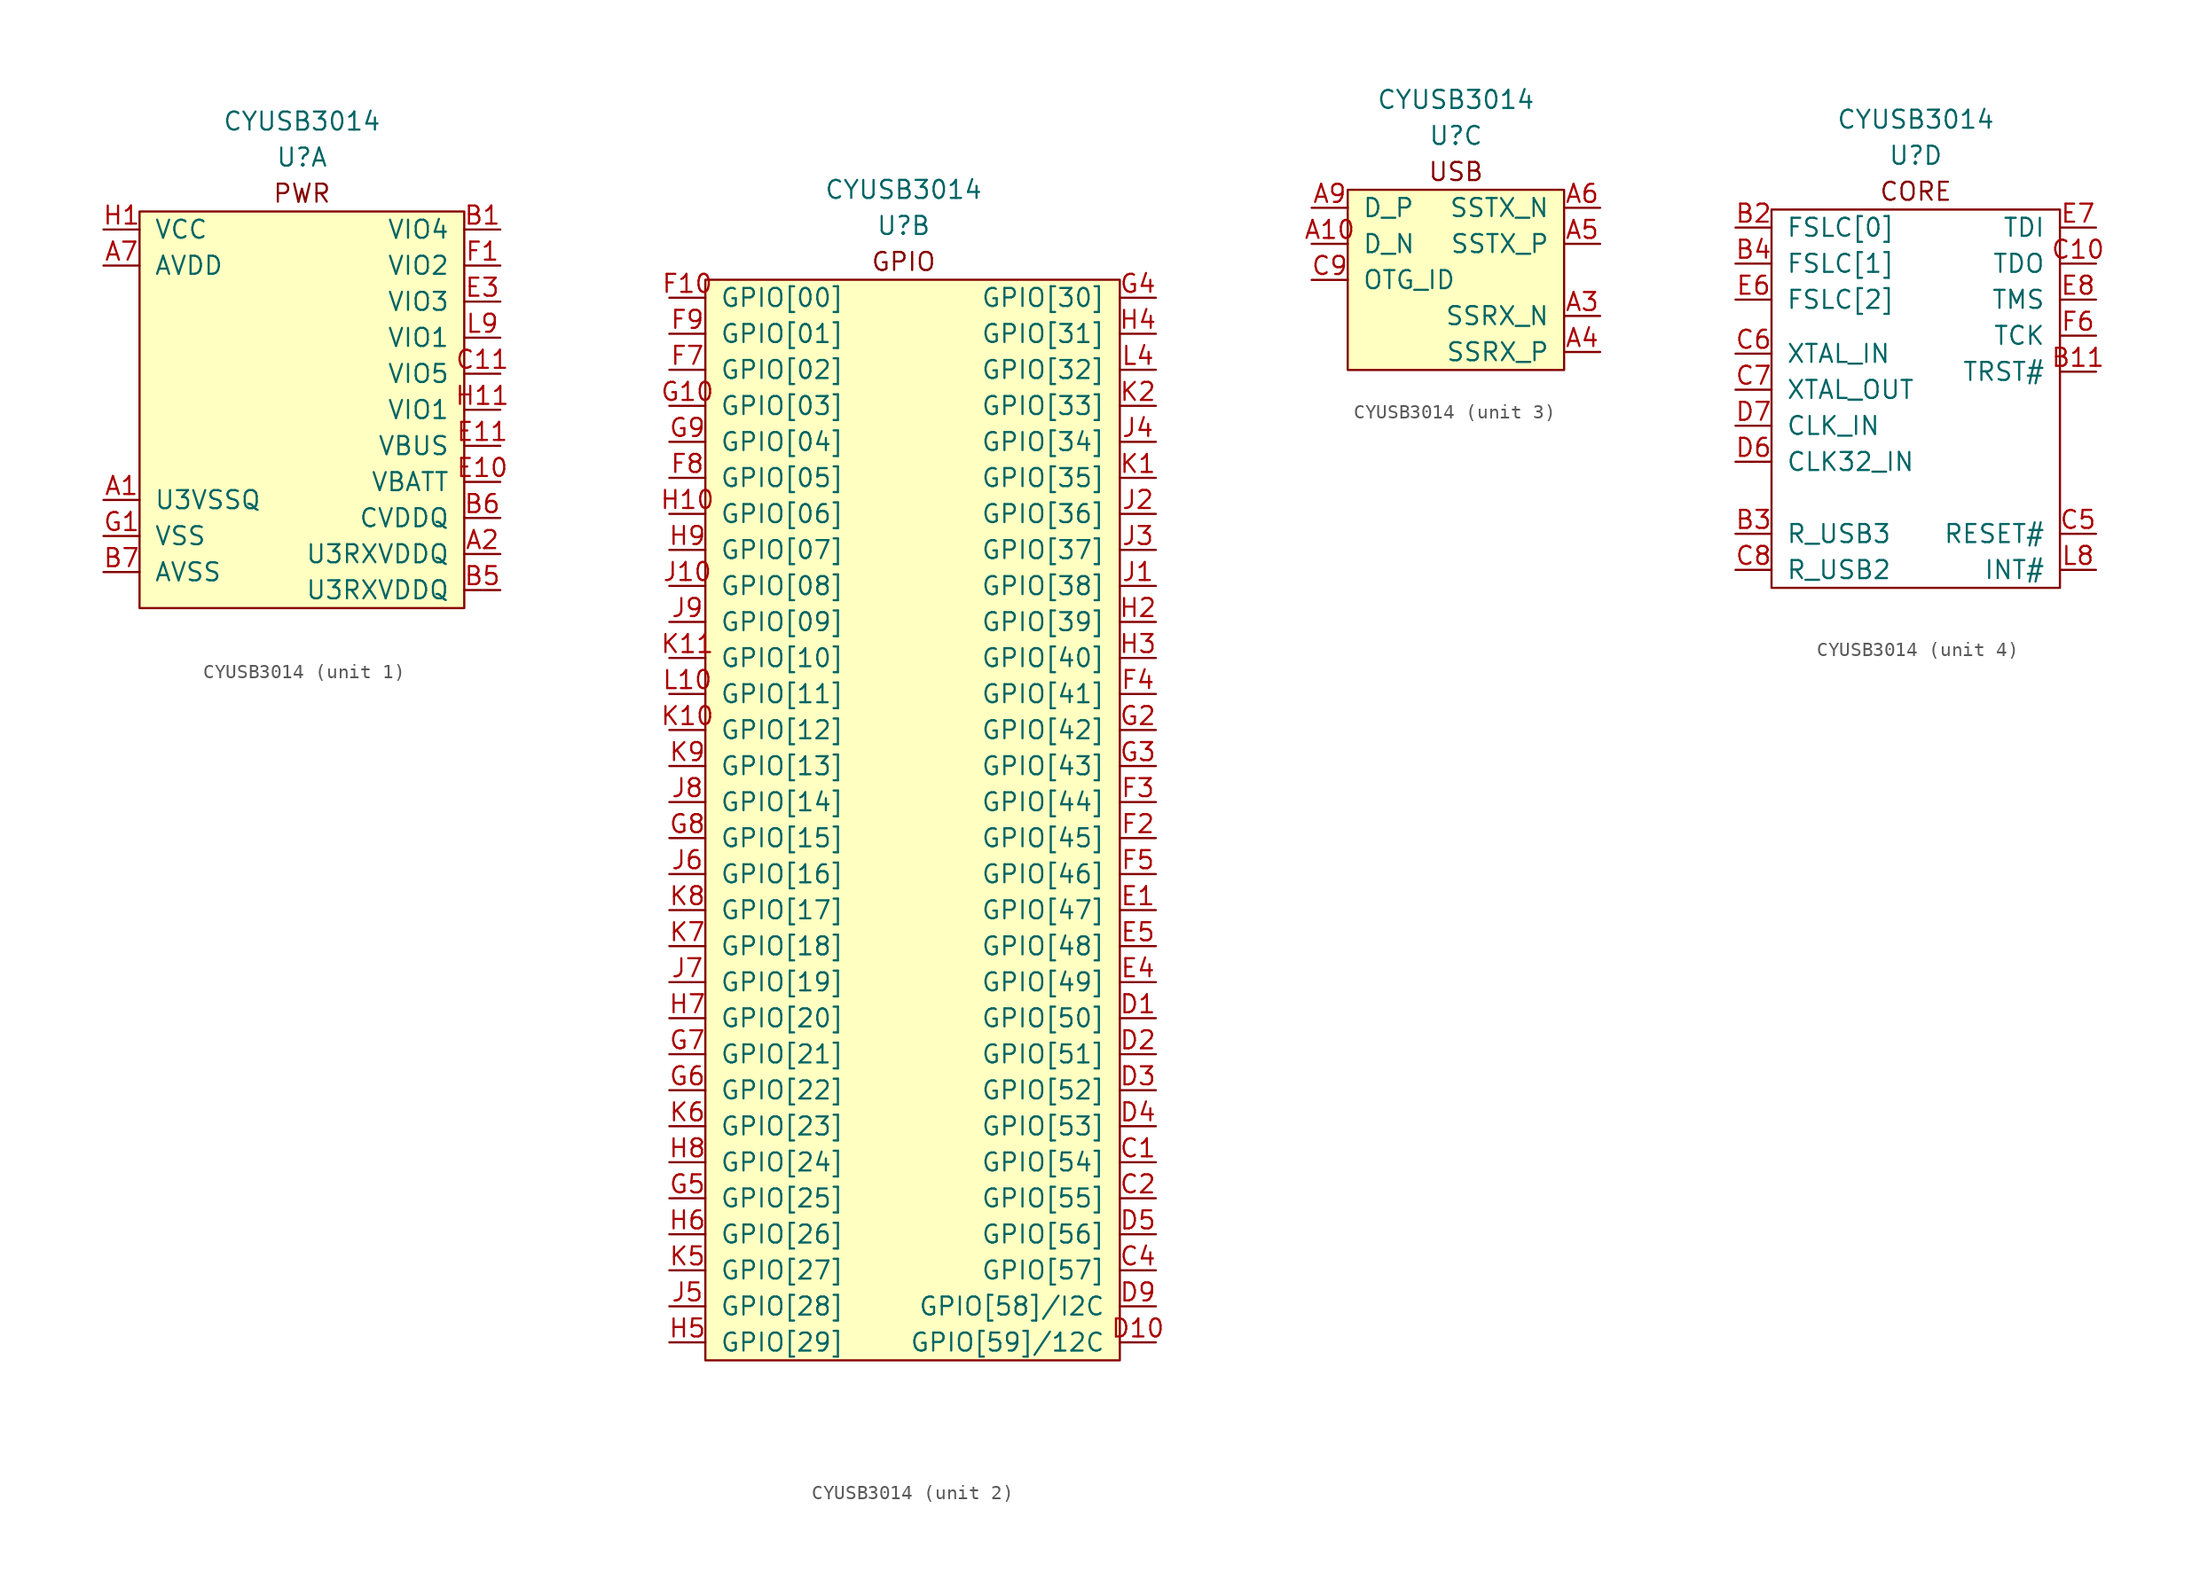
<source format=kicad_sym>
(kicad_symbol_lib
  (version 20211014)
  (generator kicad_symbol_editor)
  (symbol "CYUSB3014"
    (pin_names
      (offset 1.016))
    (property "Reference" "U"
      (at 0 17.78 0)
      (effects (font (size 1.27 1.27))))
    (property "Value" "CYUSB3014"
      (at 0 20.32 0)
      (effects (font (size 1.27 1.27))))
    (property "ki_locked" ""
      (at 0 0 0)
      (effects (font (size 1.27 1.27))))
    (symbol "CYUSB3014_1_1"
      (rectangle (start -11.43 13.97) (end 11.43 -13.97) (stroke (width 0) (type default) (color 0 0 0 0)) (fill (type background)))
      (text "PWR" (at 0 15.24 0) (effects (font (size 1.27 1.27))))
      (pin passive line (at -13.97 -6.35 0) (length 2.54) (name "U3VSSQ" (effects (font (size 1.27 1.27)))) (number "A1" (effects (font (size 1.27 1.27)))))
      (pin power_in line (at 13.97 -10.16 180) (length 2.54) (name "U3RXVDDQ" (effects (font (size 1.27 1.27)))) (number "A2" (effects (font (size 1.27 1.27)))))
      (pin power_in line (at -13.97 10.16 0) (length 2.54) (name "AVDD" (effects (font (size 1.27 1.27)))) (number "A7" (effects (font (size 1.27 1.27)))))
      (pin passive line (at -13.97 -8.89 0) (length 2.54) hide (name "VSS" (effects (font (size 1.27 1.27)))) (number "A8" (effects (font (size 1.27 1.27)))))
      (pin power_in line (at 13.97 12.7 180) (length 2.54) (name "VIO4" (effects (font (size 1.27 1.27)))) (number "B1" (effects (font (size 1.27 1.27)))))
      (pin passive line (at -13.97 12.7 0) (length 2.54) hide (name "VCC" (effects (font (size 1.27 1.27)))) (number "B10" (effects (font (size 1.27 1.27)))))
      (pin power_in line (at 13.97 -12.7 180) (length 2.54) (name "U3RXVDDQ" (effects (font (size 1.27 1.27)))) (number "B5" (effects (font (size 1.27 1.27)))))
      (pin power_in line (at 13.97 -7.62 180) (length 2.54) (name "CVDDQ" (effects (font (size 1.27 1.27)))) (number "B6" (effects (font (size 1.27 1.27)))))
      (pin passive line (at -13.97 -11.43 0) (length 2.54) (name "AVSS" (effects (font (size 1.27 1.27)))) (number "B7" (effects (font (size 1.27 1.27)))))
      (pin passive line (at -13.97 -8.89 0) (length 2.54) hide (name "VSS" (effects (font (size 1.27 1.27)))) (number "B8" (effects (font (size 1.27 1.27)))))
      (pin passive line (at -13.97 -8.89 0) (length 2.54) hide (name "VSS" (effects (font (size 1.27 1.27)))) (number "B9" (effects (font (size 1.27 1.27)))))
      (pin power_in line (at 13.97 2.54 180) (length 2.54) (name "VIO5" (effects (font (size 1.27 1.27)))) (number "C11" (effects (font (size 1.27 1.27)))))
      (pin passive line (at -13.97 12.7 0) (length 2.54) hide (name "VCC" (effects (font (size 1.27 1.27)))) (number "C3" (effects (font (size 1.27 1.27)))))
      (pin passive line (at -13.97 -8.89 0) (length 2.54) hide (name "VSS" (effects (font (size 1.27 1.27)))) (number "D8" (effects (font (size 1.27 1.27)))))
      (pin power_in line (at 13.97 -5.08 180) (length 2.54) (name "VBATT" (effects (font (size 1.27 1.27)))) (number "E10" (effects (font (size 1.27 1.27)))))
      (pin power_in line (at 13.97 -2.54 180) (length 2.54) (name "VBUS" (effects (font (size 1.27 1.27)))) (number "E11" (effects (font (size 1.27 1.27)))))
      (pin passive line (at -13.97 -8.89 0) (length 2.54) hide (name "VSS" (effects (font (size 1.27 1.27)))) (number "E2" (effects (font (size 1.27 1.27)))))
      (pin power_in line (at 13.97 7.62 180) (length 2.54) (name "VIO3" (effects (font (size 1.27 1.27)))) (number "E3" (effects (font (size 1.27 1.27)))))
      (pin passive line (at -13.97 12.7 0) (length 2.54) hide (name "VCC" (effects (font (size 1.27 1.27)))) (number "E9" (effects (font (size 1.27 1.27)))))
      (pin power_in line (at 13.97 10.16 180) (length 2.54) (name "VIO2" (effects (font (size 1.27 1.27)))) (number "F1" (effects (font (size 1.27 1.27)))))
      (pin passive line (at -13.97 12.7 0) (length 2.54) hide (name "VCC" (effects (font (size 1.27 1.27)))) (number "F11" (effects (font (size 1.27 1.27)))))
      (pin passive line (at -13.97 -8.89 0) (length 2.54) (name "VSS" (effects (font (size 1.27 1.27)))) (number "G1" (effects (font (size 1.27 1.27)))))
      (pin passive line (at -13.97 -8.89 0) (length 2.54) hide (name "VSS" (effects (font (size 1.27 1.27)))) (number "G11" (effects (font (size 1.27 1.27)))))
      (pin power_in line (at -13.97 12.7 0) (length 2.54) (name "VCC" (effects (font (size 1.27 1.27)))) (number "H1" (effects (font (size 1.27 1.27)))))
      (pin power_in line (at 13.97 0 180) (length 2.54) (name "VIO1" (effects (font (size 1.27 1.27)))) (number "H11" (effects (font (size 1.27 1.27)))))
      (pin passive line (at -13.97 12.7 0) (length 2.54) hide (name "VCC" (effects (font (size 1.27 1.27)))) (number "J11" (effects (font (size 1.27 1.27)))))
      (pin passive line (at -13.97 -8.89 0) (length 2.54) hide (name "VSS" (effects (font (size 1.27 1.27)))) (number "K3" (effects (font (size 1.27 1.27)))))
      (pin passive line (at -13.97 -8.89 0) (length 2.54) hide (name "VSS" (effects (font (size 1.27 1.27)))) (number "K4" (effects (font (size 1.27 1.27)))))
      (pin passive line (at -13.97 -8.89 0) (length 2.54) hide (name "VSS" (effects (font (size 1.27 1.27)))) (number "L1" (effects (font (size 1.27 1.27)))))
      (pin passive line (at -13.97 -8.89 0) (length 2.54) hide (name "VSS" (effects (font (size 1.27 1.27)))) (number "L11" (effects (font (size 1.27 1.27)))))
      (pin passive line (at -13.97 -8.89 0) (length 2.54) hide (name "VSS" (effects (font (size 1.27 1.27)))) (number "L2" (effects (font (size 1.27 1.27)))))
      (pin passive line (at -13.97 -8.89 0) (length 2.54) hide (name "VSS" (effects (font (size 1.27 1.27)))) (number "L3" (effects (font (size 1.27 1.27)))))
      (pin passive line (at -13.97 12.7 0) (length 2.54) hide (name "VCC" (effects (font (size 1.27 1.27)))) (number "L5" (effects (font (size 1.27 1.27)))))
      (pin passive line (at -13.97 -8.89 0) (length 2.54) hide (name "VSS" (effects (font (size 1.27 1.27)))) (number "L6" (effects (font (size 1.27 1.27)))))
      (pin passive line (at -13.97 12.7 0) (length 2.54) hide (name "VCC" (effects (font (size 1.27 1.27)))) (number "L7" (effects (font (size 1.27 1.27)))))
      (pin power_in line (at 13.97 5.08 180) (length 2.54) (name "VIO1" (effects (font (size 1.27 1.27)))) (number "L9" (effects (font (size 1.27 1.27))))))
    (symbol "CYUSB3014_2_1"
      (rectangle (start -13.97 13.97) (end 15.24 -62.23) (stroke (width 0) (type default) (color 0 0 0 0)) (fill (type background)))
      (text "GPIO" (at 0 15.24 0) (effects (font (size 1.27 1.27))))
      (pin bidirectional line (at 17.78 -48.26 180) (length 2.54) (name "GPIO[54]" (effects (font (size 1.27 1.27)))) (number "C1" (effects (font (size 1.27 1.27)))))
      (pin bidirectional line (at 17.78 -50.8 180) (length 2.54) (name "GPIO[55]" (effects (font (size 1.27 1.27)))) (number "C2" (effects (font (size 1.27 1.27)))))
      (pin bidirectional line (at 17.78 -55.88 180) (length 2.54) (name "GPIO[57]" (effects (font (size 1.27 1.27)))) (number "C4" (effects (font (size 1.27 1.27)))))
      (pin bidirectional line (at 17.78 -38.1 180) (length 2.54) (name "GPIO[50]" (effects (font (size 1.27 1.27)))) (number "D1" (effects (font (size 1.27 1.27)))))
      (pin bidirectional line (at 17.78 -60.96 180) (length 2.54) (name "GPIO[59]/12C" (effects (font (size 1.27 1.27)))) (number "D10" (effects (font (size 1.27 1.27)))))
      (pin bidirectional line (at 17.78 -40.64 180) (length 2.54) (name "GPIO[51]" (effects (font (size 1.27 1.27)))) (number "D2" (effects (font (size 1.27 1.27)))))
      (pin bidirectional line (at 17.78 -43.18 180) (length 2.54) (name "GPIO[52]" (effects (font (size 1.27 1.27)))) (number "D3" (effects (font (size 1.27 1.27)))))
      (pin bidirectional line (at 17.78 -45.72 180) (length 2.54) (name "GPIO[53]" (effects (font (size 1.27 1.27)))) (number "D4" (effects (font (size 1.27 1.27)))))
      (pin bidirectional line (at 17.78 -53.34 180) (length 2.54) (name "GPIO[56]" (effects (font (size 1.27 1.27)))) (number "D5" (effects (font (size 1.27 1.27)))))
      (pin bidirectional line (at 17.78 -58.42 180) (length 2.54) (name "GPIO[58]/I2C" (effects (font (size 1.27 1.27)))) (number "D9" (effects (font (size 1.27 1.27)))))
      (pin bidirectional line (at 17.78 -30.48 180) (length 2.54) (name "GPIO[47]" (effects (font (size 1.27 1.27)))) (number "E1" (effects (font (size 1.27 1.27)))))
      (pin bidirectional line (at 17.78 -35.56 180) (length 2.54) (name "GPIO[49]" (effects (font (size 1.27 1.27)))) (number "E4" (effects (font (size 1.27 1.27)))))
      (pin bidirectional line (at 17.78 -33.02 180) (length 2.54) (name "GPIO[48]" (effects (font (size 1.27 1.27)))) (number "E5" (effects (font (size 1.27 1.27)))))
      (pin bidirectional line (at -16.51 12.7 0) (length 2.54) (name "GPIO[00]" (effects (font (size 1.27 1.27)))) (number "F10" (effects (font (size 1.27 1.27)))))
      (pin bidirectional line (at 17.78 -25.4 180) (length 2.54) (name "GPIO[45]" (effects (font (size 1.27 1.27)))) (number "F2" (effects (font (size 1.27 1.27)))))
      (pin bidirectional line (at 17.78 -22.86 180) (length 2.54) (name "GPIO[44]" (effects (font (size 1.27 1.27)))) (number "F3" (effects (font (size 1.27 1.27)))))
      (pin bidirectional line (at 17.78 -15.24 180) (length 2.54) (name "GPIO[41]" (effects (font (size 1.27 1.27)))) (number "F4" (effects (font (size 1.27 1.27)))))
      (pin bidirectional line (at 17.78 -27.94 180) (length 2.54) (name "GPIO[46]" (effects (font (size 1.27 1.27)))) (number "F5" (effects (font (size 1.27 1.27)))))
      (pin bidirectional line (at -16.51 7.62 0) (length 2.54) (name "GPIO[02]" (effects (font (size 1.27 1.27)))) (number "F7" (effects (font (size 1.27 1.27)))))
      (pin bidirectional line (at -16.51 0 0) (length 2.54) (name "GPIO[05]" (effects (font (size 1.27 1.27)))) (number "F8" (effects (font (size 1.27 1.27)))))
      (pin bidirectional line (at -16.51 10.16 0) (length 2.54) (name "GPIO[01]" (effects (font (size 1.27 1.27)))) (number "F9" (effects (font (size 1.27 1.27)))))
      (pin bidirectional line (at -16.51 5.08 0) (length 2.54) (name "GPIO[03]" (effects (font (size 1.27 1.27)))) (number "G10" (effects (font (size 1.27 1.27)))))
      (pin bidirectional line (at 17.78 -17.78 180) (length 2.54) (name "GPIO[42]" (effects (font (size 1.27 1.27)))) (number "G2" (effects (font (size 1.27 1.27)))))
      (pin bidirectional line (at 17.78 -20.32 180) (length 2.54) (name "GPIO[43]" (effects (font (size 1.27 1.27)))) (number "G3" (effects (font (size 1.27 1.27)))))
      (pin bidirectional line (at 17.78 12.7 180) (length 2.54) (name "GPIO[30]" (effects (font (size 1.27 1.27)))) (number "G4" (effects (font (size 1.27 1.27)))))
      (pin bidirectional line (at -16.51 -50.8 0) (length 2.54) (name "GPIO[25]" (effects (font (size 1.27 1.27)))) (number "G5" (effects (font (size 1.27 1.27)))))
      (pin bidirectional line (at -16.51 -43.18 0) (length 2.54) (name "GPIO[22]" (effects (font (size 1.27 1.27)))) (number "G6" (effects (font (size 1.27 1.27)))))
      (pin bidirectional line (at -16.51 -40.64 0) (length 2.54) (name "GPIO[21]" (effects (font (size 1.27 1.27)))) (number "G7" (effects (font (size 1.27 1.27)))))
      (pin bidirectional line (at -16.51 -25.4 0) (length 2.54) (name "GPIO[15]" (effects (font (size 1.27 1.27)))) (number "G8" (effects (font (size 1.27 1.27)))))
      (pin bidirectional line (at -16.51 2.54 0) (length 2.54) (name "GPIO[04]" (effects (font (size 1.27 1.27)))) (number "G9" (effects (font (size 1.27 1.27)))))
      (pin bidirectional line (at -16.51 -2.54 0) (length 2.54) (name "GPIO[06]" (effects (font (size 1.27 1.27)))) (number "H10" (effects (font (size 1.27 1.27)))))
      (pin bidirectional line (at 17.78 -10.16 180) (length 2.54) (name "GPIO[39]" (effects (font (size 1.27 1.27)))) (number "H2" (effects (font (size 1.27 1.27)))))
      (pin bidirectional line (at 17.78 -12.7 180) (length 2.54) (name "GPIO[40]" (effects (font (size 1.27 1.27)))) (number "H3" (effects (font (size 1.27 1.27)))))
      (pin bidirectional line (at 17.78 10.16 180) (length 2.54) (name "GPIO[31]" (effects (font (size 1.27 1.27)))) (number "H4" (effects (font (size 1.27 1.27)))))
      (pin bidirectional line (at -16.51 -60.96 0) (length 2.54) (name "GPIO[29]" (effects (font (size 1.27 1.27)))) (number "H5" (effects (font (size 1.27 1.27)))))
      (pin bidirectional line (at -16.51 -53.34 0) (length 2.54) (name "GPIO[26]" (effects (font (size 1.27 1.27)))) (number "H6" (effects (font (size 1.27 1.27)))))
      (pin bidirectional line (at -16.51 -38.1 0) (length 2.54) (name "GPIO[20]" (effects (font (size 1.27 1.27)))) (number "H7" (effects (font (size 1.27 1.27)))))
      (pin bidirectional line (at -16.51 -48.26 0) (length 2.54) (name "GPIO[24]" (effects (font (size 1.27 1.27)))) (number "H8" (effects (font (size 1.27 1.27)))))
      (pin bidirectional line (at -16.51 -5.08 0) (length 2.54) (name "GPIO[07]" (effects (font (size 1.27 1.27)))) (number "H9" (effects (font (size 1.27 1.27)))))
      (pin bidirectional line (at 17.78 -7.62 180) (length 2.54) (name "GPIO[38]" (effects (font (size 1.27 1.27)))) (number "J1" (effects (font (size 1.27 1.27)))))
      (pin bidirectional line (at -16.51 -7.62 0) (length 2.54) (name "GPIO[08]" (effects (font (size 1.27 1.27)))) (number "J10" (effects (font (size 1.27 1.27)))))
      (pin bidirectional line (at 17.78 -2.54 180) (length 2.54) (name "GPIO[36]" (effects (font (size 1.27 1.27)))) (number "J2" (effects (font (size 1.27 1.27)))))
      (pin bidirectional line (at 17.78 -5.08 180) (length 2.54) (name "GPIO[37]" (effects (font (size 1.27 1.27)))) (number "J3" (effects (font (size 1.27 1.27)))))
      (pin bidirectional line (at 17.78 2.54 180) (length 2.54) (name "GPIO[34]" (effects (font (size 1.27 1.27)))) (number "J4" (effects (font (size 1.27 1.27)))))
      (pin bidirectional line (at -16.51 -58.42 0) (length 2.54) (name "GPIO[28]" (effects (font (size 1.27 1.27)))) (number "J5" (effects (font (size 1.27 1.27)))))
      (pin bidirectional line (at -16.51 -27.94 0) (length 2.54) (name "GPIO[16]" (effects (font (size 1.27 1.27)))) (number "J6" (effects (font (size 1.27 1.27)))))
      (pin bidirectional line (at -16.51 -35.56 0) (length 2.54) (name "GPIO[19]" (effects (font (size 1.27 1.27)))) (number "J7" (effects (font (size 1.27 1.27)))))
      (pin bidirectional line (at -16.51 -22.86 0) (length 2.54) (name "GPIO[14]" (effects (font (size 1.27 1.27)))) (number "J8" (effects (font (size 1.27 1.27)))))
      (pin bidirectional line (at -16.51 -10.16 0) (length 2.54) (name "GPIO[09]" (effects (font (size 1.27 1.27)))) (number "J9" (effects (font (size 1.27 1.27)))))
      (pin bidirectional line (at 17.78 0 180) (length 2.54) (name "GPIO[35]" (effects (font (size 1.27 1.27)))) (number "K1" (effects (font (size 1.27 1.27)))))
      (pin bidirectional line (at -16.51 -17.78 0) (length 2.54) (name "GPIO[12]" (effects (font (size 1.27 1.27)))) (number "K10" (effects (font (size 1.27 1.27)))))
      (pin bidirectional line (at -16.51 -12.7 0) (length 2.54) (name "GPIO[10]" (effects (font (size 1.27 1.27)))) (number "K11" (effects (font (size 1.27 1.27)))))
      (pin bidirectional line (at 17.78 5.08 180) (length 2.54) (name "GPIO[33]" (effects (font (size 1.27 1.27)))) (number "K2" (effects (font (size 1.27 1.27)))))
      (pin bidirectional line (at -16.51 -55.88 0) (length 2.54) (name "GPIO[27]" (effects (font (size 1.27 1.27)))) (number "K5" (effects (font (size 1.27 1.27)))))
      (pin bidirectional line (at -16.51 -45.72 0) (length 2.54) (name "GPIO[23]" (effects (font (size 1.27 1.27)))) (number "K6" (effects (font (size 1.27 1.27)))))
      (pin bidirectional line (at -16.51 -33.02 0) (length 2.54) (name "GPIO[18]" (effects (font (size 1.27 1.27)))) (number "K7" (effects (font (size 1.27 1.27)))))
      (pin bidirectional line (at -16.51 -30.48 0) (length 2.54) (name "GPIO[17]" (effects (font (size 1.27 1.27)))) (number "K8" (effects (font (size 1.27 1.27)))))
      (pin bidirectional line (at -16.51 -20.32 0) (length 2.54) (name "GPIO[13]" (effects (font (size 1.27 1.27)))) (number "K9" (effects (font (size 1.27 1.27)))))
      (pin bidirectional line (at -16.51 -15.24 0) (length 2.54) (name "GPIO[11]" (effects (font (size 1.27 1.27)))) (number "L10" (effects (font (size 1.27 1.27)))))
      (pin bidirectional line (at 17.78 7.62 180) (length 2.54) (name "GPIO[32]" (effects (font (size 1.27 1.27)))) (number "L4" (effects (font (size 1.27 1.27))))))
    (symbol "CYUSB3014_3_0"
      (rectangle (start -7.62 13.97) (end 7.62 1.27) (stroke (width 0) (type default) (color 0 0 0 0)) (fill (type background)))
      (text "USB" (at 0 15.24 0) (effects (font (size 1.27 1.27)))))
    (symbol "CYUSB3014_3_1"
      (pin bidirectional line (at -10.16 10.16 0) (length 2.54) (name "D_N" (effects (font (size 1.27 1.27)))) (number "A10" (effects (font (size 1.27 1.27)))))
      (pin input line (at 10.16 5.08 180) (length 2.54) (name "SSRX_N" (effects (font (size 1.27 1.27)))) (number "A3" (effects (font (size 1.27 1.27)))))
      (pin input line (at 10.16 2.54 180) (length 2.54) (name "SSRX_P" (effects (font (size 1.27 1.27)))) (number "A4" (effects (font (size 1.27 1.27)))))
      (pin output line (at 10.16 10.16 180) (length 2.54) (name "SSTX_P" (effects (font (size 1.27 1.27)))) (number "A5" (effects (font (size 1.27 1.27)))))
      (pin output line (at 10.16 12.7 180) (length 2.54) (name "SSTX_N" (effects (font (size 1.27 1.27)))) (number "A6" (effects (font (size 1.27 1.27)))))
      (pin bidirectional line (at -10.16 12.7 0) (length 2.54) (name "D_P" (effects (font (size 1.27 1.27)))) (number "A9" (effects (font (size 1.27 1.27)))))
      (pin bidirectional line (at -10.16 7.62 0) (length 2.54) (name "OTG_ID" (effects (font (size 1.27 1.27)))) (number "C9" (effects (font (size 1.27 1.27))))))
    (symbol "CYUSB3014_4_1"
      (rectangle (start -10.16 13.97) (end 10.16 -12.7) (stroke (width 0) (type default) (color 0 0 0 0)) (fill (type none)))
      (text "CORE" (at 0 15.24 0) (effects (font (size 1.27 1.27))))
      (pin no_connect non_logic (at 12.7 -2.54 180) (length 2.54) hide (name "NC" (effects (font (size 1.27 1.27)))) (number "A11" (effects (font (size 1.27 1.27)))))
      (pin bidirectional line (at 12.7 2.54 180) (length 2.54) (name "TRST#" (effects (font (size 1.27 1.27)))) (number "B11" (effects (font (size 1.27 1.27)))))
      (pin bidirectional line (at -12.7 12.7 0) (length 2.54) (name "FSLC[0]" (effects (font (size 1.27 1.27)))) (number "B2" (effects (font (size 1.27 1.27)))))
      (pin bidirectional line (at -12.7 -8.89 0) (length 2.54) (name "R_USB3" (effects (font (size 1.27 1.27)))) (number "B3" (effects (font (size 1.27 1.27)))))
      (pin bidirectional line (at -12.7 10.16 0) (length 2.54) (name "FSLC[1]" (effects (font (size 1.27 1.27)))) (number "B4" (effects (font (size 1.27 1.27)))))
      (pin bidirectional line (at 12.7 10.16 180) (length 2.54) (name "TDO" (effects (font (size 1.27 1.27)))) (number "C10" (effects (font (size 1.27 1.27)))))
      (pin bidirectional line (at 12.7 -8.89 180) (length 2.54) (name "RESET#" (effects (font (size 1.27 1.27)))) (number "C5" (effects (font (size 1.27 1.27)))))
      (pin bidirectional line (at -12.7 3.81 0) (length 2.54) (name "XTAL_IN" (effects (font (size 1.27 1.27)))) (number "C6" (effects (font (size 1.27 1.27)))))
      (pin bidirectional line (at -12.7 1.27 0) (length 2.54) (name "XTAL_OUT" (effects (font (size 1.27 1.27)))) (number "C7" (effects (font (size 1.27 1.27)))))
      (pin bidirectional line (at -12.7 -11.43 0) (length 2.54) (name "R_USB2" (effects (font (size 1.27 1.27)))) (number "C8" (effects (font (size 1.27 1.27)))))
      (pin no_connect non_logic (at 12.7 0 180) (length 2.54) hide (name "NC" (effects (font (size 1.27 1.27)))) (number "D11" (effects (font (size 1.27 1.27)))))
      (pin bidirectional line (at -12.7 -3.81 0) (length 2.54) (name "CLK32_IN" (effects (font (size 1.27 1.27)))) (number "D6" (effects (font (size 1.27 1.27)))))
      (pin bidirectional line (at -12.7 -1.27 0) (length 2.54) (name "CLK_IN" (effects (font (size 1.27 1.27)))) (number "D7" (effects (font (size 1.27 1.27)))))
      (pin bidirectional line (at -12.7 7.62 0) (length 2.54) (name "FSLC[2]" (effects (font (size 1.27 1.27)))) (number "E6" (effects (font (size 1.27 1.27)))))
      (pin bidirectional line (at 12.7 12.7 180) (length 2.54) (name "TDI" (effects (font (size 1.27 1.27)))) (number "E7" (effects (font (size 1.27 1.27)))))
      (pin bidirectional line (at 12.7 7.62 180) (length 2.54) (name "TMS" (effects (font (size 1.27 1.27)))) (number "E8" (effects (font (size 1.27 1.27)))))
      (pin bidirectional line (at 12.7 5.08 180) (length 2.54) (name "TCK" (effects (font (size 1.27 1.27)))) (number "F6" (effects (font (size 1.27 1.27)))))
      (pin bidirectional line (at 12.7 -11.43 180) (length 2.54) (name "INT#" (effects (font (size 1.27 1.27)))) (number "L8" (effects (font (size 1.27 1.27))))))))
</source>
